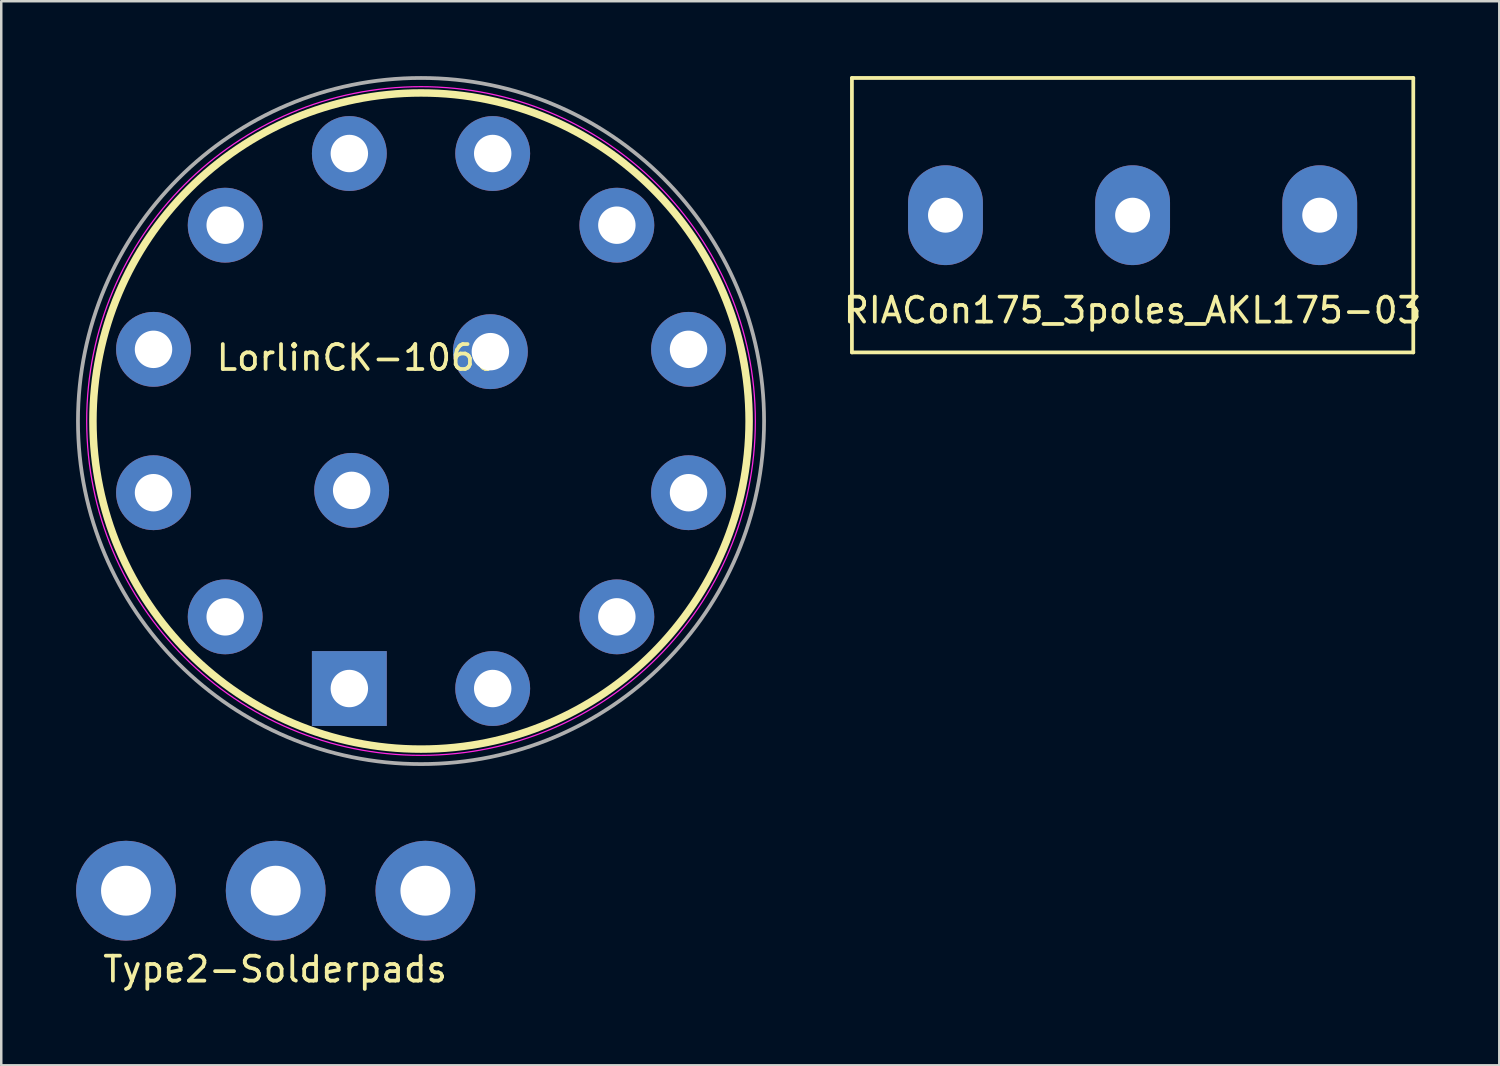
<source format=kicad_pcb>
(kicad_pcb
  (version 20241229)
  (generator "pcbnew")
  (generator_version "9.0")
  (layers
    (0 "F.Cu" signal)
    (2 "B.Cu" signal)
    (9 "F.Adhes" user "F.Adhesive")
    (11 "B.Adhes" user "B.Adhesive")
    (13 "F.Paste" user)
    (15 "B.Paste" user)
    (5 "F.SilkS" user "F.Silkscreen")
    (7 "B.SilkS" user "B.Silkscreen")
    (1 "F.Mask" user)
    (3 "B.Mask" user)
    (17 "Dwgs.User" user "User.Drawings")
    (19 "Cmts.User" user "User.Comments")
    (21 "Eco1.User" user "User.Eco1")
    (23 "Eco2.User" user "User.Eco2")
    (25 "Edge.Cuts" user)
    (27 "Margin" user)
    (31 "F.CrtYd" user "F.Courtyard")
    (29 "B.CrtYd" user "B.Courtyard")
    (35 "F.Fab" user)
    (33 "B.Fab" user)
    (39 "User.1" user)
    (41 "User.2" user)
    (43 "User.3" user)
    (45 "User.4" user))
  (footprint "LorlinCK-1060"
    (layer "F.Cu")
    (at 13.825 13.825)
    (property "Reference" "LorlinCK-1060" (at -2.54 -2.54 0) (layer "F.SilkS") (effects (font (size 1 1) (thickness 0.15))))
    (attr through_hole)
    (fp_circle (center 0 0) (end 13.15 0) (stroke (width 0.3) (type solid)) (fill no) (layer "F.SilkS"))
    (fp_circle (center 0 0) (end 0 13.4) (stroke (width 0.05) (type solid)) (fill no) (layer "F.CrtYd"))
    (fp_circle (center 0 0) (end 13.75 0) (stroke (width 0.15) (type solid)) (fill no) (layer "F.Fab"))
    (pad "1" thru_hole rect (at -2.873 10.722) (size 3 3) (drill 1.5) (layers "*.Cu" "*.Mask"))
    (pad "2" thru_hole oval (at -7.849 7.849) (size 3 3) (drill 1.5) (layers "*.Cu" "*.Mask"))
    (pad "3" thru_hole oval (at -10.722 2.873) (size 3 3) (drill 1.5) (layers "*.Cu" "*.Mask"))
    (pad "4" thru_hole oval (at -10.722 -2.873) (size 3 3) (drill 1.5) (layers "*.Cu" "*.Mask"))
    (pad "5" thru_hole oval (at -7.849 -7.849) (size 3 3) (drill 1.5) (layers "*.Cu" "*.Mask"))
    (pad "6" thru_hole oval (at -2.873 -10.722) (size 3 3) (drill 1.5) (layers "*.Cu" "*.Mask"))
    (pad "7" thru_hole oval (at 2.873 -10.722) (size 3 3) (drill 1.5) (layers "*.Cu" "*.Mask"))
    (pad "8" thru_hole oval (at 7.849 -7.849) (size 3 3) (drill 1.5) (layers "*.Cu" "*.Mask"))
    (pad "9" thru_hole oval (at 10.722 -2.873) (size 3 3) (drill 1.5) (layers "*.Cu" "*.Mask"))
    (pad "10" thru_hole oval (at 10.722 2.873) (size 3 3) (drill 1.5) (layers "*.Cu" "*.Mask"))
    (pad "11" thru_hole oval (at 7.849 7.849) (size 3 3) (drill 1.5) (layers "*.Cu" "*.Mask"))
    (pad "12" thru_hole oval (at 2.873 10.722) (size 3 3) (drill 1.5) (layers "*.Cu" "*.Mask"))
    (pad "13" thru_hole oval (at -2.78 2.78) (size 3 3) (drill 1.5) (layers "*.Cu" "*.Mask"))
    (pad "14" thru_hole oval (at 2.78 -2.78) (size 3 3) (drill 1.5) (layers "*.Cu" "*.Mask")))
  (footprint "Type2-Solderpads"
    (layer "F.Cu")
    (at 8 32.65)
    (property "Reference" "Type2-Solderpads" (at -0.025 3.15 0) (layer "F.SilkS") (effects (font (size 1 1) (thickness 0.15))))
    (attr through_hole)
    (pad "1" thru_hole circle (at -6 0) (size 4 4) (drill 2) (layers "*.Cu" "*.Mask"))
    (pad "2" thru_hole circle (at 0 0) (size 4 4) (drill 2) (layers "*.Cu" "*.Mask"))
    (pad "3" thru_hole circle (at 6 0) (size 4 4) (drill 2) (layers "*.Cu" "*.Mask")))
  (footprint "RIACon175_3poles_AKL175-03"
    (layer "F.Cu")
    (at 42.346 5.575)
    (property "Reference" "RIACon175_3poles_AKL175-03" (at 0 3.81 0) (layer "F.SilkS") (effects (font (size 1 1) (thickness 0.15))))
    (attr through_hole)
    (fp_line (start -11.25 -5.5) (end 11.25 -5.5) (stroke (width 0.15) (type solid)) (layer "F.SilkS"))
    (fp_line (start -11.25 5.5) (end -11.25 -5.5) (stroke (width 0.15) (type solid)) (layer "F.SilkS"))
    (fp_line (start 11.25 -5.5) (end 11.25 5.5) (stroke (width 0.15) (type solid)) (layer "F.SilkS"))
    (fp_line (start 11.25 5.5) (end -11.25 5.5) (stroke (width 0.15) (type solid)) (layer "F.SilkS"))
    (pad "1" thru_hole oval (at -7.5 0) (size 3 4) (drill 1.4) (layers "*.Cu" "*.Mask"))
    (pad "2" thru_hole oval (at 0 0) (size 3 4) (drill 1.4) (layers "*.Cu" "*.Mask"))
    (pad "3" thru_hole oval (at 7.5 0) (size 3 4) (drill 1.4) (layers "*.Cu" "*.Mask")))
  (gr_rect
    (start -3 -3)
    (end 57.043 39.648)
    (stroke (width 0.1) (type default))
    (fill no)
    (layer "Edge.Cuts")))
</source>
